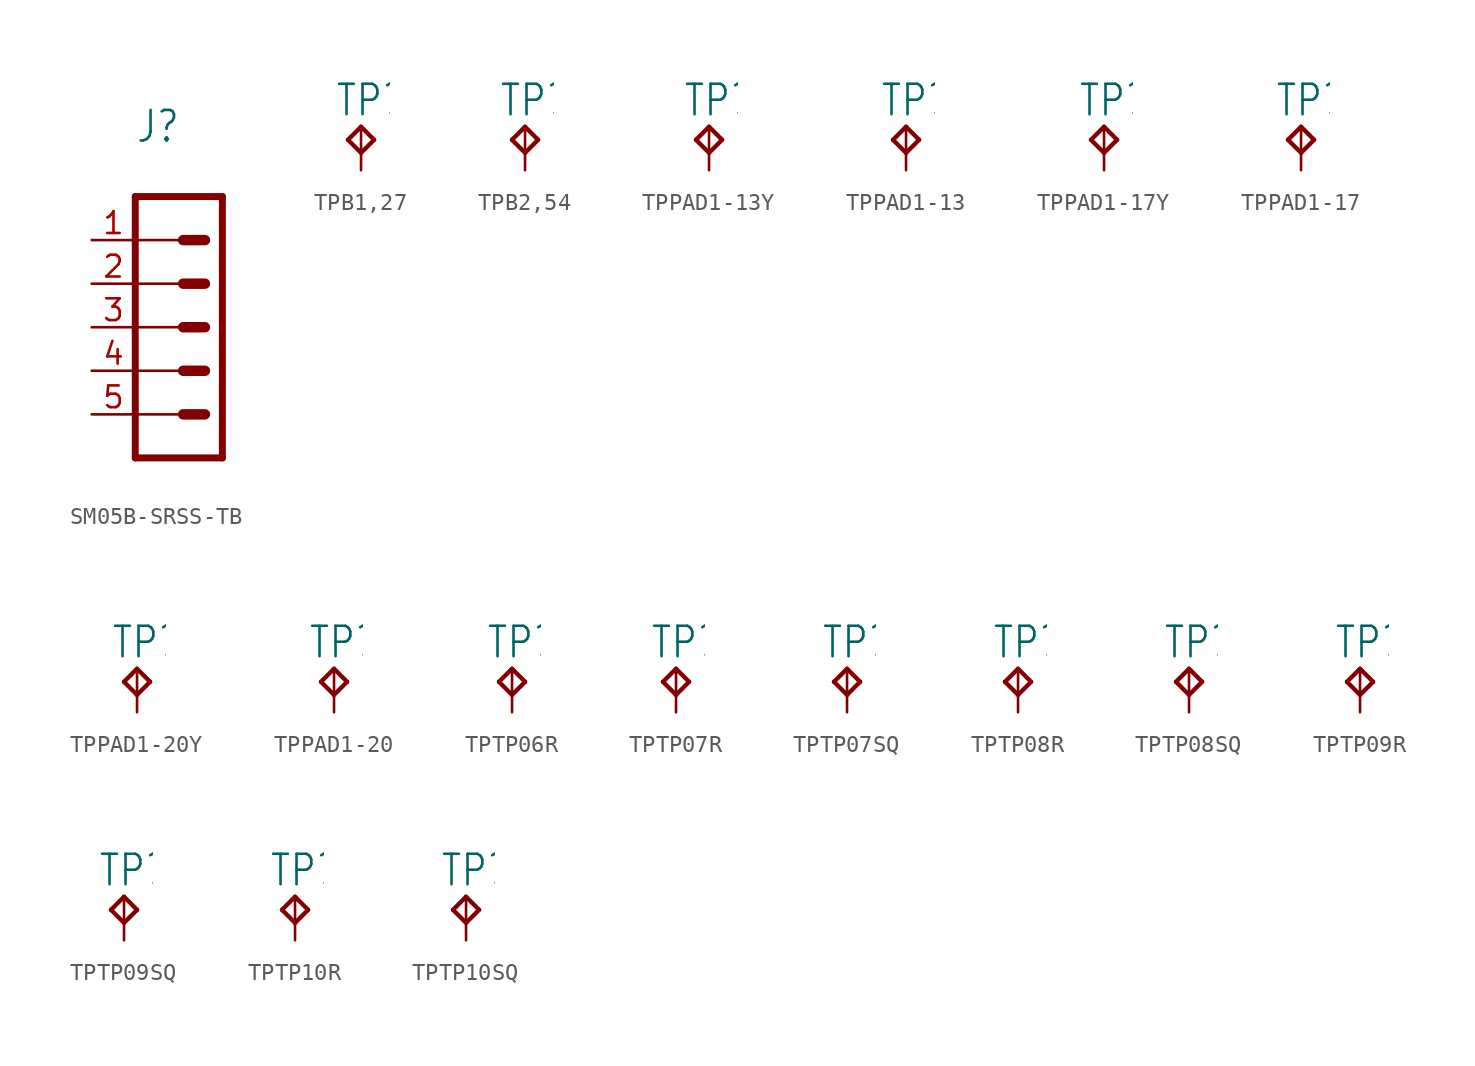
<source format=kicad_sym>
(kicad_symbol_lib
  (version 20231120)
  (generator "kicad_symbol_editor")
  (generator_version "8.0")
  (symbol "SM05B-SRSS-TB"
    (property "Reference" "J"
      (at -2.54 10.668 0)
      (effects (font (size 1.778 1.511)) (justify left bottom)))
    (property "Value" ""
      (at -2.54 8.128 0)
      (effects (font (size 1.778 1.511)) (justify left bottom)))
    (property "ki_locked" ""
      (at 0 0 0)
      (effects (font (size 1.27 1.27))))
    (symbol "SM05B-SRSS-TB_1_0"
      (polyline (pts (xy -2.54 -5.08) (xy 0 -5.08)) (stroke (width 0.152) (type solid)) (fill (type none)))
      (polyline (pts (xy -2.54 -2.54) (xy 0 -2.54)) (stroke (width 0.152) (type solid)) (fill (type none)))
      (polyline (pts (xy -2.54 0) (xy 0 0)) (stroke (width 0.152) (type solid)) (fill (type none)))
      (polyline (pts (xy -2.54 2.54) (xy -2.54 -7.62)) (stroke (width 0.406) (type solid)) (fill (type none)))
      (polyline (pts (xy -2.54 2.54) (xy 0 2.54)) (stroke (width 0.152) (type solid)) (fill (type none)))
      (polyline (pts (xy -2.54 5.08) (xy -2.54 2.54)) (stroke (width 0.406) (type solid)) (fill (type none)))
      (polyline (pts (xy -2.54 5.08) (xy 0 5.08)) (stroke (width 0.152) (type solid)) (fill (type none)))
      (polyline (pts (xy -2.54 7.62) (xy -2.54 5.08)) (stroke (width 0.406) (type solid)) (fill (type none)))
      (polyline (pts (xy -2.54 7.62) (xy 2.54 7.62)) (stroke (width 0.406) (type solid)) (fill (type none)))
      (polyline (pts (xy 0.254 -5.08) (xy 1.524 -5.08)) (stroke (width 0.61) (type solid)) (fill (type none)))
      (polyline (pts (xy 0.254 -2.54) (xy 1.524 -2.54)) (stroke (width 0.61) (type solid)) (fill (type none)))
      (polyline (pts (xy 0.254 0) (xy 1.524 0)) (stroke (width 0.61) (type solid)) (fill (type none)))
      (polyline (pts (xy 0.254 2.54) (xy 1.524 2.54)) (stroke (width 0.61) (type solid)) (fill (type none)))
      (polyline (pts (xy 0.254 5.08) (xy 1.524 5.08)) (stroke (width 0.61) (type solid)) (fill (type none)))
      (polyline (pts (xy 2.54 -7.62) (xy -2.54 -7.62)) (stroke (width 0.406) (type solid)) (fill (type none)))
      (polyline (pts (xy 2.54 -7.62) (xy 2.54 7.62)) (stroke (width 0.406) (type solid)) (fill (type none)))
      (pin passive line (at -5.08 5.08 0) (length 2.54) (name "1" (effects (font (size 0 0)))) (number "1" (effects (font (size 1.27 1.27)))))
      (pin passive line (at -5.08 2.54 0) (length 2.54) (name "2" (effects (font (size 0 0)))) (number "2" (effects (font (size 1.27 1.27)))))
      (pin passive line (at -5.08 0 0) (length 2.54) (name "3" (effects (font (size 0 0)))) (number "3" (effects (font (size 1.27 1.27)))))
      (pin passive line (at -5.08 -2.54 0) (length 2.54) (name "4" (effects (font (size 0 0)))) (number "4" (effects (font (size 1.27 1.27)))))
      (pin passive line (at -5.08 -5.08 0) (length 2.54) (name "5" (effects (font (size 0 0)))) (number "5" (effects (font (size 1.27 1.27)))))
      (pin passive line (at 0 -7.62 0) (length 0) (name "SH" (effects (font (size 0 0)))) (number "SH1" (effects (font (size 0 0)))))
      (pin passive line (at 0 -7.62 0) (length 0) (name "SH" (effects (font (size 0 0)))) (number "SH2" (effects (font (size 0 0)))))))
  (symbol "TPB1,27"
    (property "Reference" "TP"
      (at -1.524 0.508 0)
      (effects (font (size 1.778 1.511)) (justify left bottom)))
    (property "ki_locked" ""
      (at 0 0 0)
      (effects (font (size 1.27 1.27))))
    (symbol "TPB1,27_1_0"
      (polyline (pts (xy -0.762 -0.762) (xy 0 0)) (stroke (width 0.254) (type solid)) (fill (type none)))
      (polyline (pts (xy 0 -1.524) (xy -0.762 -0.762)) (stroke (width 0.254) (type solid)) (fill (type none)))
      (polyline (pts (xy 0 0) (xy 0.762 -0.762)) (stroke (width 0.254) (type solid)) (fill (type none)))
      (polyline (pts (xy 0.762 -0.762) (xy 0 -1.524)) (stroke (width 0.254) (type solid)) (fill (type none)))
      (pin input line (at 0 -2.54 90) (length 2.54) (name "TP" (effects (font (size 0 0)))) (number "PP" (effects (font (size 0 0)))))))
  (symbol "TPB2,54"
    (property "Reference" "TP"
      (at -1.524 0.508 0)
      (effects (font (size 1.778 1.511)) (justify left bottom)))
    (property "ki_locked" ""
      (at 0 0 0)
      (effects (font (size 1.27 1.27))))
    (symbol "TPB2,54_1_0"
      (polyline (pts (xy -0.762 -0.762) (xy 0 0)) (stroke (width 0.254) (type solid)) (fill (type none)))
      (polyline (pts (xy 0 -1.524) (xy -0.762 -0.762)) (stroke (width 0.254) (type solid)) (fill (type none)))
      (polyline (pts (xy 0 0) (xy 0.762 -0.762)) (stroke (width 0.254) (type solid)) (fill (type none)))
      (polyline (pts (xy 0.762 -0.762) (xy 0 -1.524)) (stroke (width 0.254) (type solid)) (fill (type none)))
      (pin input line (at 0 -2.54 90) (length 2.54) (name "TP" (effects (font (size 0 0)))) (number "PP" (effects (font (size 0 0)))))))
  (symbol "TPPAD1-13Y"
    (property "Reference" "TP"
      (at -1.524 0.508 0)
      (effects (font (size 1.778 1.511)) (justify left bottom)))
    (property "ki_locked" ""
      (at 0 0 0)
      (effects (font (size 1.27 1.27))))
    (symbol "TPPAD1-13Y_1_0"
      (polyline (pts (xy -0.762 -0.762) (xy 0 0)) (stroke (width 0.254) (type solid)) (fill (type none)))
      (polyline (pts (xy 0 -1.524) (xy -0.762 -0.762)) (stroke (width 0.254) (type solid)) (fill (type none)))
      (polyline (pts (xy 0 0) (xy 0.762 -0.762)) (stroke (width 0.254) (type solid)) (fill (type none)))
      (polyline (pts (xy 0.762 -0.762) (xy 0 -1.524)) (stroke (width 0.254) (type solid)) (fill (type none)))
      (pin input line (at 0 -2.54 90) (length 2.54) (name "TP" (effects (font (size 0 0)))) (number "1" (effects (font (size 0 0)))))))
  (symbol "TPPAD1-13"
    (property "Reference" "TP"
      (at -1.524 0.508 0)
      (effects (font (size 1.778 1.511)) (justify left bottom)))
    (property "ki_locked" ""
      (at 0 0 0)
      (effects (font (size 1.27 1.27))))
    (symbol "TPPAD1-13_1_0"
      (polyline (pts (xy -0.762 -0.762) (xy 0 0)) (stroke (width 0.254) (type solid)) (fill (type none)))
      (polyline (pts (xy 0 -1.524) (xy -0.762 -0.762)) (stroke (width 0.254) (type solid)) (fill (type none)))
      (polyline (pts (xy 0 0) (xy 0.762 -0.762)) (stroke (width 0.254) (type solid)) (fill (type none)))
      (polyline (pts (xy 0.762 -0.762) (xy 0 -1.524)) (stroke (width 0.254) (type solid)) (fill (type none)))
      (pin input line (at 0 -2.54 90) (length 2.54) (name "TP" (effects (font (size 0 0)))) (number "1" (effects (font (size 0 0)))))))
  (symbol "TPPAD1-17Y"
    (property "Reference" "TP"
      (at -1.524 0.508 0)
      (effects (font (size 1.778 1.511)) (justify left bottom)))
    (property "ki_locked" ""
      (at 0 0 0)
      (effects (font (size 1.27 1.27))))
    (symbol "TPPAD1-17Y_1_0"
      (polyline (pts (xy -0.762 -0.762) (xy 0 0)) (stroke (width 0.254) (type solid)) (fill (type none)))
      (polyline (pts (xy 0 -1.524) (xy -0.762 -0.762)) (stroke (width 0.254) (type solid)) (fill (type none)))
      (polyline (pts (xy 0 0) (xy 0.762 -0.762)) (stroke (width 0.254) (type solid)) (fill (type none)))
      (polyline (pts (xy 0.762 -0.762) (xy 0 -1.524)) (stroke (width 0.254) (type solid)) (fill (type none)))
      (pin input line (at 0 -2.54 90) (length 2.54) (name "TP" (effects (font (size 0 0)))) (number "1" (effects (font (size 0 0)))))))
  (symbol "TPPAD1-17"
    (property "Reference" "TP"
      (at -1.524 0.508 0)
      (effects (font (size 1.778 1.511)) (justify left bottom)))
    (property "ki_locked" ""
      (at 0 0 0)
      (effects (font (size 1.27 1.27))))
    (symbol "TPPAD1-17_1_0"
      (polyline (pts (xy -0.762 -0.762) (xy 0 0)) (stroke (width 0.254) (type solid)) (fill (type none)))
      (polyline (pts (xy 0 -1.524) (xy -0.762 -0.762)) (stroke (width 0.254) (type solid)) (fill (type none)))
      (polyline (pts (xy 0 0) (xy 0.762 -0.762)) (stroke (width 0.254) (type solid)) (fill (type none)))
      (polyline (pts (xy 0.762 -0.762) (xy 0 -1.524)) (stroke (width 0.254) (type solid)) (fill (type none)))
      (pin input line (at 0 -2.54 90) (length 2.54) (name "TP" (effects (font (size 0 0)))) (number "1" (effects (font (size 0 0)))))))
  (symbol "TPPAD1-20Y"
    (property "Reference" "TP"
      (at -1.524 0.508 0)
      (effects (font (size 1.778 1.511)) (justify left bottom)))
    (property "ki_locked" ""
      (at 0 0 0)
      (effects (font (size 1.27 1.27))))
    (symbol "TPPAD1-20Y_1_0"
      (polyline (pts (xy -0.762 -0.762) (xy 0 0)) (stroke (width 0.254) (type solid)) (fill (type none)))
      (polyline (pts (xy 0 -1.524) (xy -0.762 -0.762)) (stroke (width 0.254) (type solid)) (fill (type none)))
      (polyline (pts (xy 0 0) (xy 0.762 -0.762)) (stroke (width 0.254) (type solid)) (fill (type none)))
      (polyline (pts (xy 0.762 -0.762) (xy 0 -1.524)) (stroke (width 0.254) (type solid)) (fill (type none)))
      (pin input line (at 0 -2.54 90) (length 2.54) (name "TP" (effects (font (size 0 0)))) (number "1" (effects (font (size 0 0)))))))
  (symbol "TPPAD1-20"
    (property "Reference" "TP"
      (at -1.524 0.508 0)
      (effects (font (size 1.778 1.511)) (justify left bottom)))
    (property "ki_locked" ""
      (at 0 0 0)
      (effects (font (size 1.27 1.27))))
    (symbol "TPPAD1-20_1_0"
      (polyline (pts (xy -0.762 -0.762) (xy 0 0)) (stroke (width 0.254) (type solid)) (fill (type none)))
      (polyline (pts (xy 0 -1.524) (xy -0.762 -0.762)) (stroke (width 0.254) (type solid)) (fill (type none)))
      (polyline (pts (xy 0 0) (xy 0.762 -0.762)) (stroke (width 0.254) (type solid)) (fill (type none)))
      (polyline (pts (xy 0.762 -0.762) (xy 0 -1.524)) (stroke (width 0.254) (type solid)) (fill (type none)))
      (pin input line (at 0 -2.54 90) (length 2.54) (name "TP" (effects (font (size 0 0)))) (number "1" (effects (font (size 0 0)))))))
  (symbol "TPTP06R"
    (property "Reference" "TP"
      (at -1.524 0.508 0)
      (effects (font (size 1.778 1.511)) (justify left bottom)))
    (property "ki_locked" ""
      (at 0 0 0)
      (effects (font (size 1.27 1.27))))
    (symbol "TPTP06R_1_0"
      (polyline (pts (xy -0.762 -0.762) (xy 0 0)) (stroke (width 0.254) (type solid)) (fill (type none)))
      (polyline (pts (xy 0 -1.524) (xy -0.762 -0.762)) (stroke (width 0.254) (type solid)) (fill (type none)))
      (polyline (pts (xy 0 0) (xy 0.762 -0.762)) (stroke (width 0.254) (type solid)) (fill (type none)))
      (polyline (pts (xy 0.762 -0.762) (xy 0 -1.524)) (stroke (width 0.254) (type solid)) (fill (type none)))
      (pin input line (at 0 -2.54 90) (length 2.54) (name "TP" (effects (font (size 0 0)))) (number "TP" (effects (font (size 0 0)))))))
  (symbol "TPTP07R"
    (property "Reference" "TP"
      (at -1.524 0.508 0)
      (effects (font (size 1.778 1.511)) (justify left bottom)))
    (property "ki_locked" ""
      (at 0 0 0)
      (effects (font (size 1.27 1.27))))
    (symbol "TPTP07R_1_0"
      (polyline (pts (xy -0.762 -0.762) (xy 0 0)) (stroke (width 0.254) (type solid)) (fill (type none)))
      (polyline (pts (xy 0 -1.524) (xy -0.762 -0.762)) (stroke (width 0.254) (type solid)) (fill (type none)))
      (polyline (pts (xy 0 0) (xy 0.762 -0.762)) (stroke (width 0.254) (type solid)) (fill (type none)))
      (polyline (pts (xy 0.762 -0.762) (xy 0 -1.524)) (stroke (width 0.254) (type solid)) (fill (type none)))
      (pin input line (at 0 -2.54 90) (length 2.54) (name "TP" (effects (font (size 0 0)))) (number "TP" (effects (font (size 0 0)))))))
  (symbol "TPTP07SQ"
    (property "Reference" "TP"
      (at -1.524 0.508 0)
      (effects (font (size 1.778 1.511)) (justify left bottom)))
    (property "ki_locked" ""
      (at 0 0 0)
      (effects (font (size 1.27 1.27))))
    (symbol "TPTP07SQ_1_0"
      (polyline (pts (xy -0.762 -0.762) (xy 0 0)) (stroke (width 0.254) (type solid)) (fill (type none)))
      (polyline (pts (xy 0 -1.524) (xy -0.762 -0.762)) (stroke (width 0.254) (type solid)) (fill (type none)))
      (polyline (pts (xy 0 0) (xy 0.762 -0.762)) (stroke (width 0.254) (type solid)) (fill (type none)))
      (polyline (pts (xy 0.762 -0.762) (xy 0 -1.524)) (stroke (width 0.254) (type solid)) (fill (type none)))
      (pin input line (at 0 -2.54 90) (length 2.54) (name "TP" (effects (font (size 0 0)))) (number "TP" (effects (font (size 0 0)))))))
  (symbol "TPTP08R"
    (property "Reference" "TP"
      (at -1.524 0.508 0)
      (effects (font (size 1.778 1.511)) (justify left bottom)))
    (property "ki_locked" ""
      (at 0 0 0)
      (effects (font (size 1.27 1.27))))
    (symbol "TPTP08R_1_0"
      (polyline (pts (xy -0.762 -0.762) (xy 0 0)) (stroke (width 0.254) (type solid)) (fill (type none)))
      (polyline (pts (xy 0 -1.524) (xy -0.762 -0.762)) (stroke (width 0.254) (type solid)) (fill (type none)))
      (polyline (pts (xy 0 0) (xy 0.762 -0.762)) (stroke (width 0.254) (type solid)) (fill (type none)))
      (polyline (pts (xy 0.762 -0.762) (xy 0 -1.524)) (stroke (width 0.254) (type solid)) (fill (type none)))
      (pin input line (at 0 -2.54 90) (length 2.54) (name "TP" (effects (font (size 0 0)))) (number "TP" (effects (font (size 0 0)))))))
  (symbol "TPTP08SQ"
    (property "Reference" "TP"
      (at -1.524 0.508 0)
      (effects (font (size 1.778 1.511)) (justify left bottom)))
    (property "ki_locked" ""
      (at 0 0 0)
      (effects (font (size 1.27 1.27))))
    (symbol "TPTP08SQ_1_0"
      (polyline (pts (xy -0.762 -0.762) (xy 0 0)) (stroke (width 0.254) (type solid)) (fill (type none)))
      (polyline (pts (xy 0 -1.524) (xy -0.762 -0.762)) (stroke (width 0.254) (type solid)) (fill (type none)))
      (polyline (pts (xy 0 0) (xy 0.762 -0.762)) (stroke (width 0.254) (type solid)) (fill (type none)))
      (polyline (pts (xy 0.762 -0.762) (xy 0 -1.524)) (stroke (width 0.254) (type solid)) (fill (type none)))
      (pin input line (at 0 -2.54 90) (length 2.54) (name "TP" (effects (font (size 0 0)))) (number "TP" (effects (font (size 0 0)))))))
  (symbol "TPTP09R"
    (property "Reference" "TP"
      (at -1.524 0.508 0)
      (effects (font (size 1.778 1.511)) (justify left bottom)))
    (property "ki_locked" ""
      (at 0 0 0)
      (effects (font (size 1.27 1.27))))
    (symbol "TPTP09R_1_0"
      (polyline (pts (xy -0.762 -0.762) (xy 0 0)) (stroke (width 0.254) (type solid)) (fill (type none)))
      (polyline (pts (xy 0 -1.524) (xy -0.762 -0.762)) (stroke (width 0.254) (type solid)) (fill (type none)))
      (polyline (pts (xy 0 0) (xy 0.762 -0.762)) (stroke (width 0.254) (type solid)) (fill (type none)))
      (polyline (pts (xy 0.762 -0.762) (xy 0 -1.524)) (stroke (width 0.254) (type solid)) (fill (type none)))
      (pin input line (at 0 -2.54 90) (length 2.54) (name "TP" (effects (font (size 0 0)))) (number "TP" (effects (font (size 0 0)))))))
  (symbol "TPTP09SQ"
    (property "Reference" "TP"
      (at -1.524 0.508 0)
      (effects (font (size 1.778 1.511)) (justify left bottom)))
    (property "ki_locked" ""
      (at 0 0 0)
      (effects (font (size 1.27 1.27))))
    (symbol "TPTP09SQ_1_0"
      (polyline (pts (xy -0.762 -0.762) (xy 0 0)) (stroke (width 0.254) (type solid)) (fill (type none)))
      (polyline (pts (xy 0 -1.524) (xy -0.762 -0.762)) (stroke (width 0.254) (type solid)) (fill (type none)))
      (polyline (pts (xy 0 0) (xy 0.762 -0.762)) (stroke (width 0.254) (type solid)) (fill (type none)))
      (polyline (pts (xy 0.762 -0.762) (xy 0 -1.524)) (stroke (width 0.254) (type solid)) (fill (type none)))
      (pin input line (at 0 -2.54 90) (length 2.54) (name "TP" (effects (font (size 0 0)))) (number "TP" (effects (font (size 0 0)))))))
  (symbol "TPTP10R"
    (property "Reference" "TP"
      (at -1.524 0.508 0)
      (effects (font (size 1.778 1.511)) (justify left bottom)))
    (property "ki_locked" ""
      (at 0 0 0)
      (effects (font (size 1.27 1.27))))
    (symbol "TPTP10R_1_0"
      (polyline (pts (xy -0.762 -0.762) (xy 0 0)) (stroke (width 0.254) (type solid)) (fill (type none)))
      (polyline (pts (xy 0 -1.524) (xy -0.762 -0.762)) (stroke (width 0.254) (type solid)) (fill (type none)))
      (polyline (pts (xy 0 0) (xy 0.762 -0.762)) (stroke (width 0.254) (type solid)) (fill (type none)))
      (polyline (pts (xy 0.762 -0.762) (xy 0 -1.524)) (stroke (width 0.254) (type solid)) (fill (type none)))
      (pin input line (at 0 -2.54 90) (length 2.54) (name "TP" (effects (font (size 0 0)))) (number "TP" (effects (font (size 0 0)))))))
  (symbol "TPTP10SQ"
    (property "Reference" "TP"
      (at -1.524 0.508 0)
      (effects (font (size 1.778 1.511)) (justify left bottom)))
    (property "ki_locked" ""
      (at 0 0 0)
      (effects (font (size 1.27 1.27))))
    (symbol "TPTP10SQ_1_0"
      (polyline (pts (xy -0.762 -0.762) (xy 0 0)) (stroke (width 0.254) (type solid)) (fill (type none)))
      (polyline (pts (xy 0 -1.524) (xy -0.762 -0.762)) (stroke (width 0.254) (type solid)) (fill (type none)))
      (polyline (pts (xy 0 0) (xy 0.762 -0.762)) (stroke (width 0.254) (type solid)) (fill (type none)))
      (polyline (pts (xy 0.762 -0.762) (xy 0 -1.524)) (stroke (width 0.254) (type solid)) (fill (type none)))
      (pin input line (at 0 -2.54 90) (length 2.54) (name "TP" (effects (font (size 0 0)))) (number "TP" (effects (font (size 0 0))))))))
</source>
